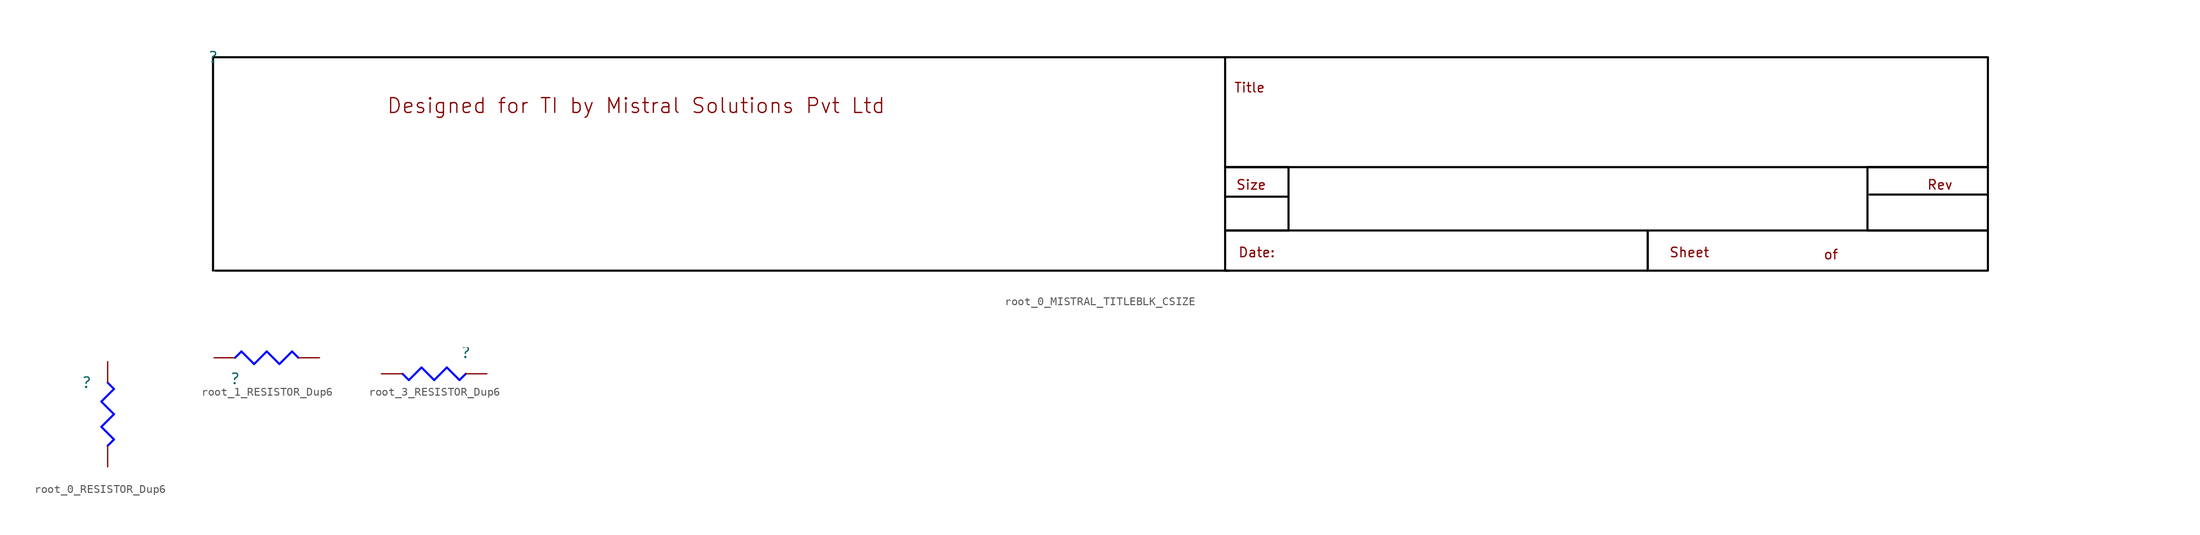
<source format=kicad_sym>
(kicad_symbol_lib
  (version 20231120)
  (generator "kicad_symbol_editor")
  (generator_version "8.0")
  (symbol "root_0_MISTRAL_TITLEBLK_CSIZE"
    (property "Reference" ""
      (at 0 0 0)
      (effects (font (size 1.27 1.27))))
    (property "Value" ""
      (at 0 0 0)
      (effects (font (size 1.27 1.27))))
    (symbol "root_0_MISTRAL_TITLEBLK_CSIZE_1_0"
      (polyline (pts (xy 0 0) (xy 0 -25.654)) (stroke (width 0.254) (type solid) (color 0 0 0 1)) (fill (type none)))
      (polyline (pts (xy 121.666 -16.764) (xy 129.286 -16.764)) (stroke (width 0.254) (type solid) (color 0 0 0 1)) (fill (type none)))
      (polyline (pts (xy 121.92 0) (xy 0 0)) (stroke (width 0.254) (type solid) (color 0 0 0 1)) (fill (type none)))
      (polyline (pts (xy 122.174 -25.654) (xy 0.254 -25.654)) (stroke (width 0.254) (type solid) (color 0 0 0 1)) (fill (type none)))
      (polyline (pts (xy 213.36 -16.51) (xy 199.136 -16.51)) (stroke (width 0.254) (type solid) (color 0 0 0 1)) (fill (type none)))
      (rectangle (start 129.286 -13.208) (end 121.666 -20.828) (stroke (width 0.254) (type solid) (color 0 0 0 1)) (fill (type none)))
      (rectangle (start 172.466 -20.828) (end 121.666 -25.654) (stroke (width 0.254) (type solid) (color 0 0 0 1)) (fill (type none)))
      (rectangle (start 213.36 -20.828) (end 172.466 -25.654) (stroke (width 0.254) (type solid) (color 0 0 0 1)) (fill (type none)))
      (rectangle (start 213.36 -13.208) (end 198.882 -20.828) (stroke (width 0.254) (type solid) (color 0 0 0 1)) (fill (type none)))
      (rectangle (start 213.36 0) (end 121.666 -13.208) (stroke (width 0.254) (type solid) (color 0 0 0 1)) (fill (type none)))
      (text "Date:" (at 123.19 -24.13 0) (effects (font (size 1.143 1.143)) (justify left bottom)))
      (text "Designed for TI by Mistral Solutions Pvt Ltd" (at 20.828 -6.858 0) (effects (font (size 1.778 1.778)) (justify left bottom)))
      (text "of" (at 193.548 -24.384 0) (effects (font (size 1.143 1.143)) (justify left bottom)))
      (text "Rev" (at 205.994 -16.002 0) (effects (font (size 1.143 1.143)) (justify left bottom)))
      (text "Sheet" (at 175.006 -24.13 0) (effects (font (size 1.143 1.143)) (justify left bottom)))
      (text "Size" (at 122.936 -16.002 0) (effects (font (size 1.143 1.143)) (justify left bottom)))
      (text "Title" (at 122.682 -4.318 0) (effects (font (size 1.143 1.143)) (justify left bottom)))))
  (symbol "root_0_RESISTOR_Dup6"
    (property "Reference" ""
      (at 0 0 0)
      (effects (font (size 1.27 1.27))))
    (property "Value" ""
      (at 0 0 0)
      (effects (font (size 1.27 1.27))))
    (symbol "root_0_RESISTOR_Dup6_1_0"
      (polyline (pts (xy 1.778 -5.334) (xy 3.302 -6.858)) (stroke (width 0.254) (type solid) (color 0 11 255 1)) (fill (type none)))
      (polyline (pts (xy 1.778 -2.286) (xy 3.302 -3.81)) (stroke (width 0.254) (type solid) (color 0 11 255 1)) (fill (type none)))
      (polyline (pts (xy 2.54 0) (xy 3.302 -0.762)) (stroke (width 0.254) (type solid) (color 0 11 255 1)) (fill (type none)))
      (polyline (pts (xy 3.302 -6.858) (xy 2.54 -7.62)) (stroke (width 0.254) (type solid) (color 0 11 255 1)) (fill (type none)))
      (polyline (pts (xy 3.302 -3.81) (xy 1.778 -5.334)) (stroke (width 0.254) (type solid) (color 0 11 255 1)) (fill (type none)))
      (polyline (pts (xy 3.302 -0.762) (xy 1.778 -2.286)) (stroke (width 0.254) (type solid) (color 0 11 255 1)) (fill (type none)))
      (pin passive line (at 2.54 2.54 270) (length 2.54) (name "1" (effects (font (size 0 0)))) (number "1" (effects (font (size 0 0)))))
      (pin passive line (at 2.54 -10.16 90) (length 2.54) (name "2" (effects (font (size 0 0)))) (number "2" (effects (font (size 0 0)))))))
  (symbol "root_1_RESISTOR_Dup6"
    (property "Reference" ""
      (at 0 0 0)
      (effects (font (size 1.27 1.27))))
    (property "Value" ""
      (at 0 0 0)
      (effects (font (size 1.27 1.27))))
    (symbol "root_1_RESISTOR_Dup6_1_0"
      (polyline (pts (xy 0 2.54) (xy 0.762 3.302)) (stroke (width 0.254) (type solid) (color 0 11 255 1)) (fill (type none)))
      (polyline (pts (xy 0.762 3.302) (xy 2.286 1.778)) (stroke (width 0.254) (type solid) (color 0 11 255 1)) (fill (type none)))
      (polyline (pts (xy 2.286 1.778) (xy 3.81 3.302)) (stroke (width 0.254) (type solid) (color 0 11 255 1)) (fill (type none)))
      (polyline (pts (xy 3.81 3.302) (xy 5.334 1.778)) (stroke (width 0.254) (type solid) (color 0 11 255 1)) (fill (type none)))
      (polyline (pts (xy 5.334 1.778) (xy 6.858 3.302)) (stroke (width 0.254) (type solid) (color 0 11 255 1)) (fill (type none)))
      (polyline (pts (xy 6.858 3.302) (xy 7.62 2.54)) (stroke (width 0.254) (type solid) (color 0 11 255 1)) (fill (type none)))
      (pin passive line (at -2.54 2.54 0) (length 2.54) (name "1" (effects (font (size 0 0)))) (number "1" (effects (font (size 0 0)))))
      (pin passive line (at 10.16 2.54 180) (length 2.54) (name "2" (effects (font (size 0 0)))) (number "2" (effects (font (size 0 0)))))))
  (symbol "root_3_RESISTOR_Dup6"
    (property "Reference" ""
      (at 0 0 0)
      (effects (font (size 1.27 1.27))))
    (property "Value" ""
      (at 0 0 0)
      (effects (font (size 1.27 1.27))))
    (symbol "root_3_RESISTOR_Dup6_1_0"
      (polyline (pts (xy -6.858 -3.302) (xy -7.62 -2.54)) (stroke (width 0.254) (type solid) (color 0 11 255 1)) (fill (type none)))
      (polyline (pts (xy -5.334 -1.778) (xy -6.858 -3.302)) (stroke (width 0.254) (type solid) (color 0 11 255 1)) (fill (type none)))
      (polyline (pts (xy -3.81 -3.302) (xy -5.334 -1.778)) (stroke (width 0.254) (type solid) (color 0 11 255 1)) (fill (type none)))
      (polyline (pts (xy -2.286 -1.778) (xy -3.81 -3.302)) (stroke (width 0.254) (type solid) (color 0 11 255 1)) (fill (type none)))
      (polyline (pts (xy -0.762 -3.302) (xy -2.286 -1.778)) (stroke (width 0.254) (type solid) (color 0 11 255 1)) (fill (type none)))
      (polyline (pts (xy 0 -2.54) (xy -0.762 -3.302)) (stroke (width 0.254) (type solid) (color 0 11 255 1)) (fill (type none)))
      (pin passive line (at 2.54 -2.54 180) (length 2.54) (name "1" (effects (font (size 0 0)))) (number "1" (effects (font (size 0 0)))))
      (pin passive line (at -10.16 -2.54 0) (length 2.54) (name "2" (effects (font (size 0 0)))) (number "2" (effects (font (size 0 0))))))))
</source>
